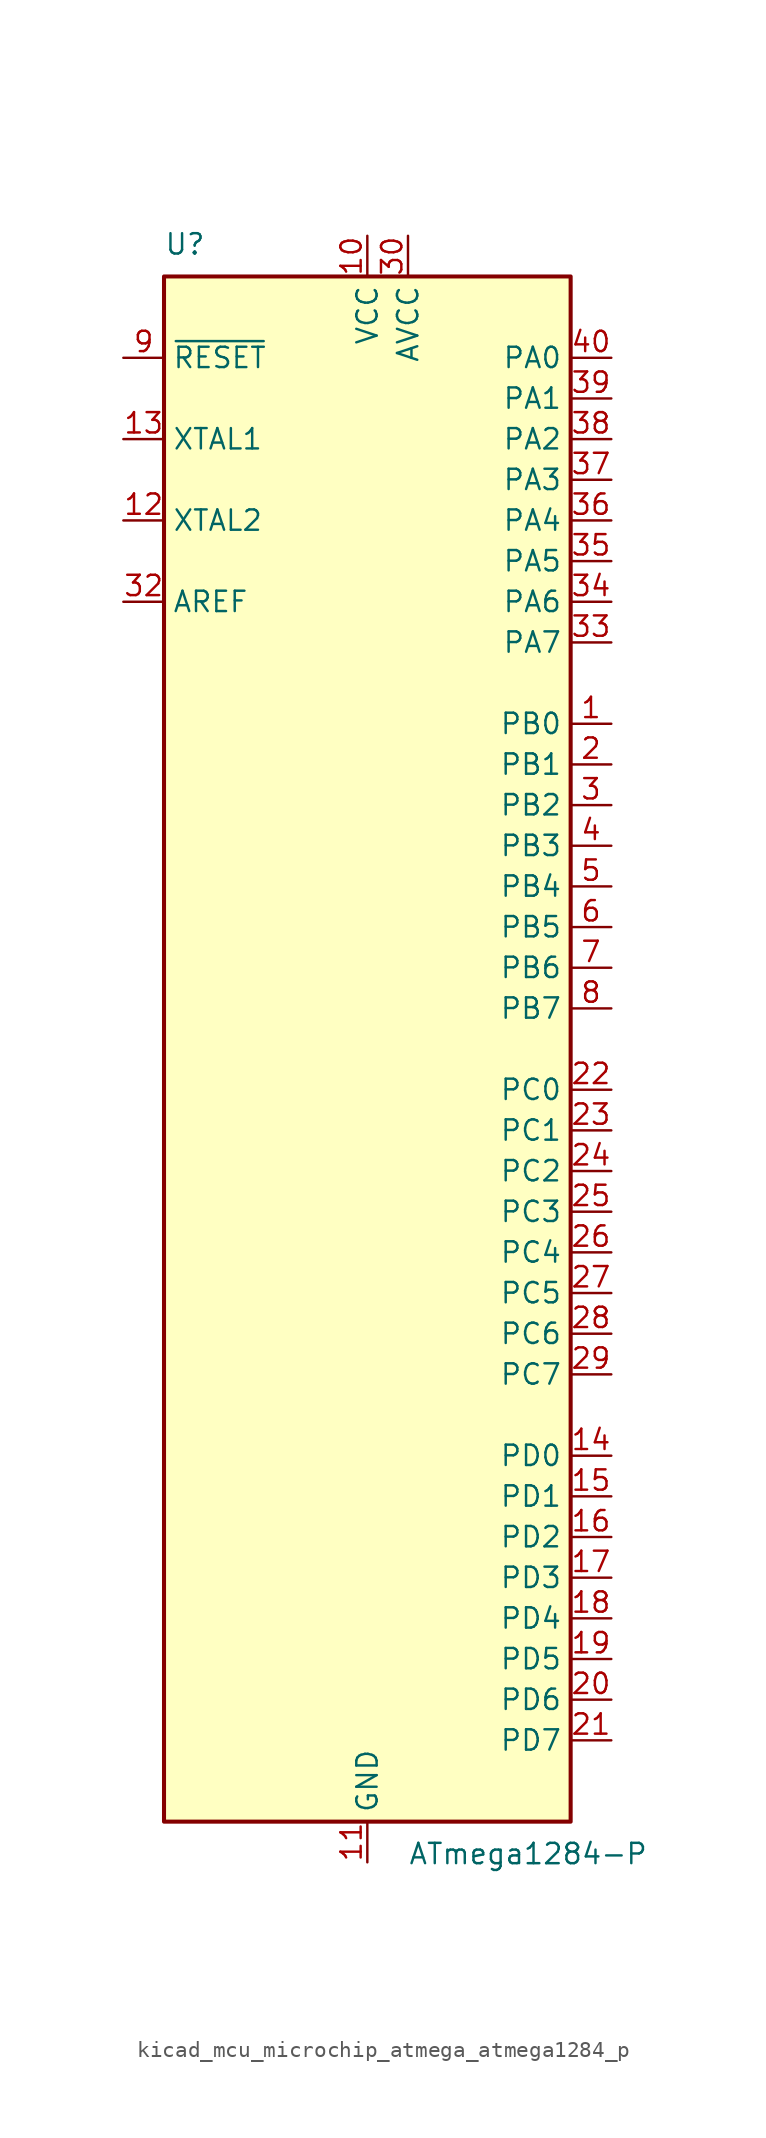
<source format=kicad_sym>
(kicad_symbol_lib
  (version 20220914)
  (generator kicad_symbol_editor)
  (symbol "kicad_mcu_microchip_atmega_atmega1284_p"
    (property "Reference" "U"
      (at -12.7 49.53 0)
      (effects (font (size 1.27 1.27)) (justify left bottom)))
    (property "Value" "ATmega1284-P"
      (at 2.54 -49.53 0)
      (effects (font (size 1.27 1.27)) (justify left top)))
    (symbol "kicad_mcu_microchip_atmega_atmega1284_p_0_1"
      (rectangle (start -12.7 -48.26) (end 12.7 48.26) (stroke (width 0.254) (type default)) (fill (type background))))
    (symbol "kicad_mcu_microchip_atmega_atmega1284_p_1_1"
      (pin bidirectional line (at 15.24 20.32 180) (length 2.54) (name "PB0" (effects (font (size 1.27 1.27)))) (number "1" (effects (font (size 1.27 1.27)))))
      (pin power_in line (at 0 50.8 270) (length 2.54) (name "VCC" (effects (font (size 1.27 1.27)))) (number "10" (effects (font (size 1.27 1.27)))))
      (pin power_in line (at 0 -50.8 90) (length 2.54) (name "GND" (effects (font (size 1.27 1.27)))) (number "11" (effects (font (size 1.27 1.27)))))
      (pin output line (at -15.24 33.02 0) (length 2.54) (name "XTAL2" (effects (font (size 1.27 1.27)))) (number "12" (effects (font (size 1.27 1.27)))))
      (pin input line (at -15.24 38.1 0) (length 2.54) (name "XTAL1" (effects (font (size 1.27 1.27)))) (number "13" (effects (font (size 1.27 1.27)))))
      (pin bidirectional line (at 15.24 -25.4 180) (length 2.54) (name "PD0" (effects (font (size 1.27 1.27)))) (number "14" (effects (font (size 1.27 1.27)))))
      (pin bidirectional line (at 15.24 -27.94 180) (length 2.54) (name "PD1" (effects (font (size 1.27 1.27)))) (number "15" (effects (font (size 1.27 1.27)))))
      (pin bidirectional line (at 15.24 -30.48 180) (length 2.54) (name "PD2" (effects (font (size 1.27 1.27)))) (number "16" (effects (font (size 1.27 1.27)))))
      (pin bidirectional line (at 15.24 -33.02 180) (length 2.54) (name "PD3" (effects (font (size 1.27 1.27)))) (number "17" (effects (font (size 1.27 1.27)))))
      (pin bidirectional line (at 15.24 -35.56 180) (length 2.54) (name "PD4" (effects (font (size 1.27 1.27)))) (number "18" (effects (font (size 1.27 1.27)))))
      (pin bidirectional line (at 15.24 -38.1 180) (length 2.54) (name "PD5" (effects (font (size 1.27 1.27)))) (number "19" (effects (font (size 1.27 1.27)))))
      (pin bidirectional line (at 15.24 17.78 180) (length 2.54) (name "PB1" (effects (font (size 1.27 1.27)))) (number "2" (effects (font (size 1.27 1.27)))))
      (pin bidirectional line (at 15.24 -40.64 180) (length 2.54) (name "PD6" (effects (font (size 1.27 1.27)))) (number "20" (effects (font (size 1.27 1.27)))))
      (pin bidirectional line (at 15.24 -43.18 180) (length 2.54) (name "PD7" (effects (font (size 1.27 1.27)))) (number "21" (effects (font (size 1.27 1.27)))))
      (pin bidirectional line (at 15.24 -2.54 180) (length 2.54) (name "PC0" (effects (font (size 1.27 1.27)))) (number "22" (effects (font (size 1.27 1.27)))))
      (pin bidirectional line (at 15.24 -5.08 180) (length 2.54) (name "PC1" (effects (font (size 1.27 1.27)))) (number "23" (effects (font (size 1.27 1.27)))))
      (pin bidirectional line (at 15.24 -7.62 180) (length 2.54) (name "PC2" (effects (font (size 1.27 1.27)))) (number "24" (effects (font (size 1.27 1.27)))))
      (pin bidirectional line (at 15.24 -10.16 180) (length 2.54) (name "PC3" (effects (font (size 1.27 1.27)))) (number "25" (effects (font (size 1.27 1.27)))))
      (pin bidirectional line (at 15.24 -12.7 180) (length 2.54) (name "PC4" (effects (font (size 1.27 1.27)))) (number "26" (effects (font (size 1.27 1.27)))))
      (pin bidirectional line (at 15.24 -15.24 180) (length 2.54) (name "PC5" (effects (font (size 1.27 1.27)))) (number "27" (effects (font (size 1.27 1.27)))))
      (pin bidirectional line (at 15.24 -17.78 180) (length 2.54) (name "PC6" (effects (font (size 1.27 1.27)))) (number "28" (effects (font (size 1.27 1.27)))))
      (pin bidirectional line (at 15.24 -20.32 180) (length 2.54) (name "PC7" (effects (font (size 1.27 1.27)))) (number "29" (effects (font (size 1.27 1.27)))))
      (pin bidirectional line (at 15.24 15.24 180) (length 2.54) (name "PB2" (effects (font (size 1.27 1.27)))) (number "3" (effects (font (size 1.27 1.27)))))
      (pin power_in line (at 2.54 50.8 270) (length 2.54) (name "AVCC" (effects (font (size 1.27 1.27)))) (number "30" (effects (font (size 1.27 1.27)))))
      (pin passive line (at 0 -50.8 90) (length 2.54) hide (name "GND" (effects (font (size 1.27 1.27)))) (number "31" (effects (font (size 1.27 1.27)))))
      (pin passive line (at -15.24 27.94 0) (length 2.54) (name "AREF" (effects (font (size 1.27 1.27)))) (number "32" (effects (font (size 1.27 1.27)))))
      (pin bidirectional line (at 15.24 25.4 180) (length 2.54) (name "PA7" (effects (font (size 1.27 1.27)))) (number "33" (effects (font (size 1.27 1.27)))))
      (pin bidirectional line (at 15.24 27.94 180) (length 2.54) (name "PA6" (effects (font (size 1.27 1.27)))) (number "34" (effects (font (size 1.27 1.27)))))
      (pin bidirectional line (at 15.24 30.48 180) (length 2.54) (name "PA5" (effects (font (size 1.27 1.27)))) (number "35" (effects (font (size 1.27 1.27)))))
      (pin bidirectional line (at 15.24 33.02 180) (length 2.54) (name "PA4" (effects (font (size 1.27 1.27)))) (number "36" (effects (font (size 1.27 1.27)))))
      (pin bidirectional line (at 15.24 35.56 180) (length 2.54) (name "PA3" (effects (font (size 1.27 1.27)))) (number "37" (effects (font (size 1.27 1.27)))))
      (pin bidirectional line (at 15.24 38.1 180) (length 2.54) (name "PA2" (effects (font (size 1.27 1.27)))) (number "38" (effects (font (size 1.27 1.27)))))
      (pin bidirectional line (at 15.24 40.64 180) (length 2.54) (name "PA1" (effects (font (size 1.27 1.27)))) (number "39" (effects (font (size 1.27 1.27)))))
      (pin bidirectional line (at 15.24 12.7 180) (length 2.54) (name "PB3" (effects (font (size 1.27 1.27)))) (number "4" (effects (font (size 1.27 1.27)))))
      (pin bidirectional line (at 15.24 43.18 180) (length 2.54) (name "PA0" (effects (font (size 1.27 1.27)))) (number "40" (effects (font (size 1.27 1.27)))))
      (pin bidirectional line (at 15.24 10.16 180) (length 2.54) (name "PB4" (effects (font (size 1.27 1.27)))) (number "5" (effects (font (size 1.27 1.27)))))
      (pin bidirectional line (at 15.24 7.62 180) (length 2.54) (name "PB5" (effects (font (size 1.27 1.27)))) (number "6" (effects (font (size 1.27 1.27)))))
      (pin bidirectional line (at 15.24 5.08 180) (length 2.54) (name "PB6" (effects (font (size 1.27 1.27)))) (number "7" (effects (font (size 1.27 1.27)))))
      (pin bidirectional line (at 15.24 2.54 180) (length 2.54) (name "PB7" (effects (font (size 1.27 1.27)))) (number "8" (effects (font (size 1.27 1.27)))))
      (pin input line (at -15.24 43.18 0) (length 2.54) (name "~{RESET}" (effects (font (size 1.27 1.27)))) (number "9" (effects (font (size 1.27 1.27))))))))
</source>
